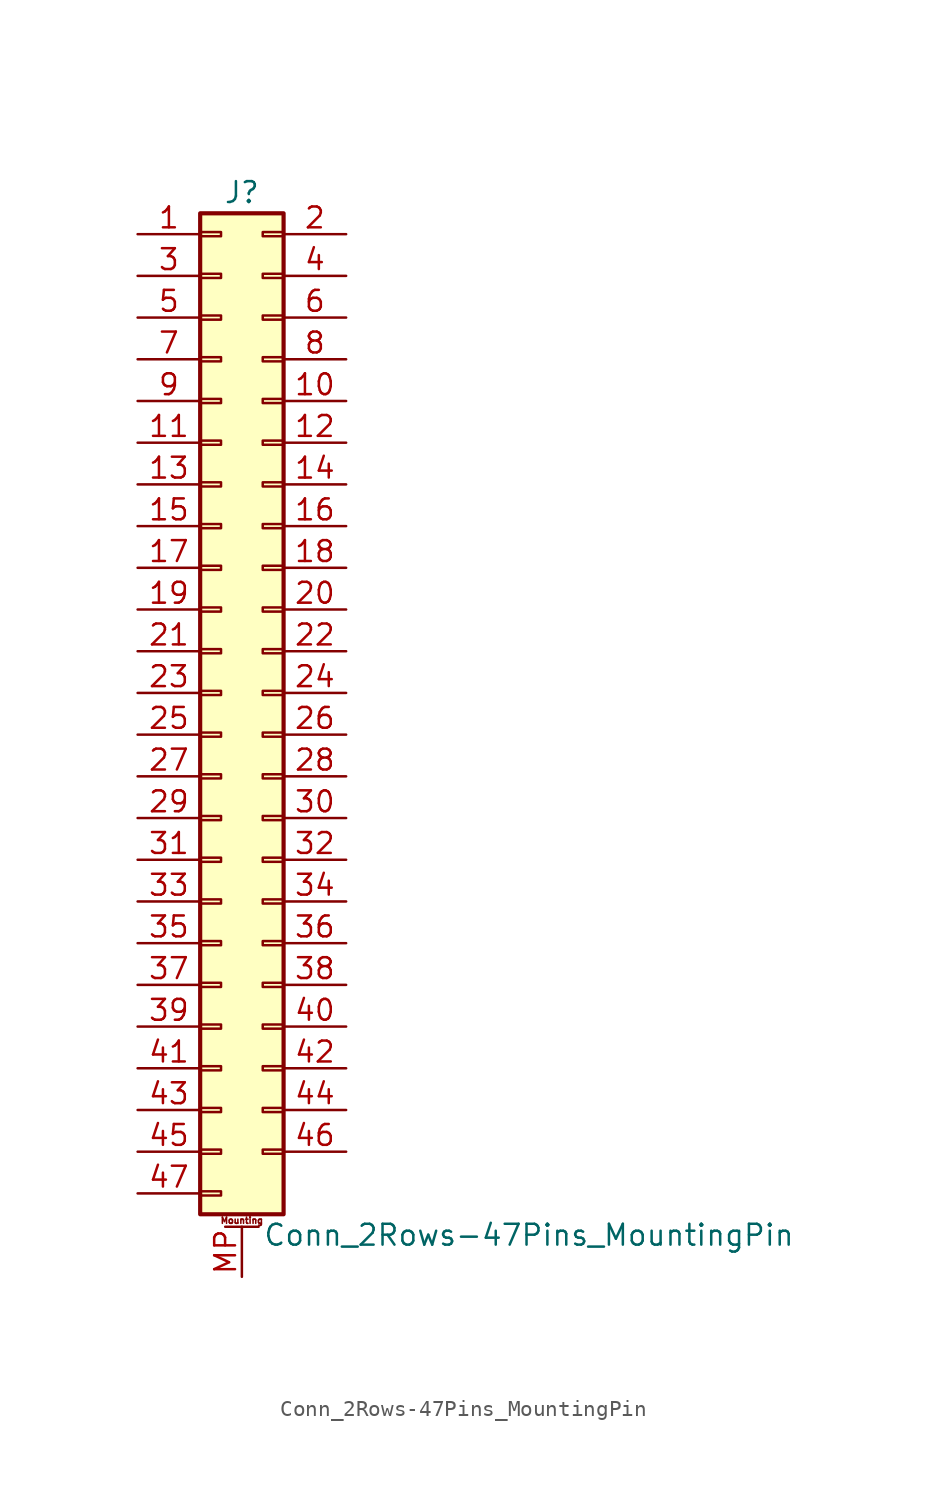
<source format=kicad_sym>
(kicad_symbol_lib
  (version 20201005)
  (generator kicad_symbol_editor)
  (symbol "Conn_2Rows-47Pins_MountingPin"
    (pin_names
      (offset 1.016) hide)
    (property "Reference" "J"
      (at 1.27 30.48 0)
      (effects (font (size 1.27 1.27))))
    (property "Value" "Conn_2Rows-47Pins_MountingPin"
      (at 2.54 -33.02 0)
      (effects (font (size 1.27 1.27)) (justify left)))
    (symbol "Conn_2Rows-47Pins_MountingPin_1_1"
      (text "Mounting" (at 1.27 -32.131 0) (effects (font (size 0.381 0.381))))
      (rectangle (start -1.27 -30.353) (end 0 -30.607) (stroke (width 0.152)) (fill (type none)))
      (rectangle (start -1.27 -27.813) (end 0 -28.067) (stroke (width 0.152)) (fill (type none)))
      (rectangle (start -1.27 -25.273) (end 0 -25.527) (stroke (width 0.152)) (fill (type none)))
      (rectangle (start -1.27 -22.733) (end 0 -22.987) (stroke (width 0.152)) (fill (type none)))
      (rectangle (start -1.27 -20.193) (end 0 -20.447) (stroke (width 0.152)) (fill (type none)))
      (rectangle (start -1.27 -17.653) (end 0 -17.907) (stroke (width 0.152)) (fill (type none)))
      (rectangle (start -1.27 -15.113) (end 0 -15.367) (stroke (width 0.152)) (fill (type none)))
      (rectangle (start -1.27 -12.573) (end 0 -12.827) (stroke (width 0.152)) (fill (type none)))
      (rectangle (start -1.27 -10.033) (end 0 -10.287) (stroke (width 0.152)) (fill (type none)))
      (rectangle (start -1.27 -7.493) (end 0 -7.747) (stroke (width 0.152)) (fill (type none)))
      (rectangle (start -1.27 -4.953) (end 0 -5.207) (stroke (width 0.152)) (fill (type none)))
      (rectangle (start -1.27 -2.413) (end 0 -2.667) (stroke (width 0.152)) (fill (type none)))
      (rectangle (start -1.27 0.127) (end 0 -0.127) (stroke (width 0.152)) (fill (type none)))
      (rectangle (start -1.27 2.667) (end 0 2.413) (stroke (width 0.152)) (fill (type none)))
      (rectangle (start -1.27 5.207) (end 0 4.953) (stroke (width 0.152)) (fill (type none)))
      (rectangle (start -1.27 7.747) (end 0 7.493) (stroke (width 0.152)) (fill (type none)))
      (rectangle (start -1.27 10.287) (end 0 10.033) (stroke (width 0.152)) (fill (type none)))
      (rectangle (start -1.27 12.827) (end 0 12.573) (stroke (width 0.152)) (fill (type none)))
      (rectangle (start -1.27 15.367) (end 0 15.113) (stroke (width 0.152)) (fill (type none)))
      (rectangle (start -1.27 17.907) (end 0 17.653) (stroke (width 0.152)) (fill (type none)))
      (rectangle (start -1.27 20.447) (end 0 20.193) (stroke (width 0.152)) (fill (type none)))
      (rectangle (start -1.27 22.987) (end 0 22.733) (stroke (width 0.152)) (fill (type none)))
      (rectangle (start -1.27 25.527) (end 0 25.273) (stroke (width 0.152)) (fill (type none)))
      (rectangle (start -1.27 28.067) (end 0 27.813) (stroke (width 0.152)) (fill (type none)))
      (rectangle (start -1.27 29.21) (end 3.81 -31.75) (stroke (width 0.254)) (fill (type background)))
      (rectangle (start 3.81 -27.813) (end 2.54 -28.067) (stroke (width 0.152)) (fill (type none)))
      (rectangle (start 3.81 -25.273) (end 2.54 -25.527) (stroke (width 0.152)) (fill (type none)))
      (rectangle (start 3.81 -22.733) (end 2.54 -22.987) (stroke (width 0.152)) (fill (type none)))
      (rectangle (start 3.81 -20.193) (end 2.54 -20.447) (stroke (width 0.152)) (fill (type none)))
      (rectangle (start 3.81 -17.653) (end 2.54 -17.907) (stroke (width 0.152)) (fill (type none)))
      (rectangle (start 3.81 -15.113) (end 2.54 -15.367) (stroke (width 0.152)) (fill (type none)))
      (rectangle (start 3.81 -12.573) (end 2.54 -12.827) (stroke (width 0.152)) (fill (type none)))
      (rectangle (start 3.81 -10.033) (end 2.54 -10.287) (stroke (width 0.152)) (fill (type none)))
      (rectangle (start 3.81 -7.493) (end 2.54 -7.747) (stroke (width 0.152)) (fill (type none)))
      (rectangle (start 3.81 -4.953) (end 2.54 -5.207) (stroke (width 0.152)) (fill (type none)))
      (rectangle (start 3.81 -2.413) (end 2.54 -2.667) (stroke (width 0.152)) (fill (type none)))
      (rectangle (start 3.81 0.127) (end 2.54 -0.127) (stroke (width 0.152)) (fill (type none)))
      (rectangle (start 3.81 2.667) (end 2.54 2.413) (stroke (width 0.152)) (fill (type none)))
      (rectangle (start 3.81 5.207) (end 2.54 4.953) (stroke (width 0.152)) (fill (type none)))
      (rectangle (start 3.81 7.747) (end 2.54 7.493) (stroke (width 0.152)) (fill (type none)))
      (rectangle (start 3.81 10.287) (end 2.54 10.033) (stroke (width 0.152)) (fill (type none)))
      (rectangle (start 3.81 12.827) (end 2.54 12.573) (stroke (width 0.152)) (fill (type none)))
      (rectangle (start 3.81 15.367) (end 2.54 15.113) (stroke (width 0.152)) (fill (type none)))
      (rectangle (start 3.81 17.907) (end 2.54 17.653) (stroke (width 0.152)) (fill (type none)))
      (rectangle (start 3.81 20.447) (end 2.54 20.193) (stroke (width 0.152)) (fill (type none)))
      (rectangle (start 3.81 22.987) (end 2.54 22.733) (stroke (width 0.152)) (fill (type none)))
      (rectangle (start 3.81 25.527) (end 2.54 25.273) (stroke (width 0.152)) (fill (type none)))
      (rectangle (start 3.81 28.067) (end 2.54 27.813) (stroke (width 0.152)) (fill (type none)))
      (polyline (pts (xy 0.254 -32.512) (xy 2.286 -32.512)) (stroke (width 0.152)) (fill (type none)))
      (pin passive line (at -5.08 27.94 0) (length 3.81) (name "Pin_1" (effects (font (size 1.27 1.27)))) (number "1" (effects (font (size 1.27 1.27)))))
      (pin passive line (at 7.62 17.78 180) (length 3.81) (name "Pin_10" (effects (font (size 1.27 1.27)))) (number "10" (effects (font (size 1.27 1.27)))))
      (pin passive line (at -5.08 15.24 0) (length 3.81) (name "Pin_11" (effects (font (size 1.27 1.27)))) (number "11" (effects (font (size 1.27 1.27)))))
      (pin passive line (at 7.62 15.24 180) (length 3.81) (name "Pin_12" (effects (font (size 1.27 1.27)))) (number "12" (effects (font (size 1.27 1.27)))))
      (pin passive line (at -5.08 12.7 0) (length 3.81) (name "Pin_13" (effects (font (size 1.27 1.27)))) (number "13" (effects (font (size 1.27 1.27)))))
      (pin passive line (at 7.62 12.7 180) (length 3.81) (name "Pin_14" (effects (font (size 1.27 1.27)))) (number "14" (effects (font (size 1.27 1.27)))))
      (pin passive line (at -5.08 10.16 0) (length 3.81) (name "Pin_15" (effects (font (size 1.27 1.27)))) (number "15" (effects (font (size 1.27 1.27)))))
      (pin passive line (at 7.62 10.16 180) (length 3.81) (name "Pin_16" (effects (font (size 1.27 1.27)))) (number "16" (effects (font (size 1.27 1.27)))))
      (pin passive line (at -5.08 7.62 0) (length 3.81) (name "Pin_17" (effects (font (size 1.27 1.27)))) (number "17" (effects (font (size 1.27 1.27)))))
      (pin passive line (at 7.62 7.62 180) (length 3.81) (name "Pin_18" (effects (font (size 1.27 1.27)))) (number "18" (effects (font (size 1.27 1.27)))))
      (pin passive line (at -5.08 5.08 0) (length 3.81) (name "Pin_19" (effects (font (size 1.27 1.27)))) (number "19" (effects (font (size 1.27 1.27)))))
      (pin passive line (at 7.62 27.94 180) (length 3.81) (name "Pin_2" (effects (font (size 1.27 1.27)))) (number "2" (effects (font (size 1.27 1.27)))))
      (pin passive line (at 7.62 5.08 180) (length 3.81) (name "Pin_20" (effects (font (size 1.27 1.27)))) (number "20" (effects (font (size 1.27 1.27)))))
      (pin passive line (at -5.08 2.54 0) (length 3.81) (name "Pin_21" (effects (font (size 1.27 1.27)))) (number "21" (effects (font (size 1.27 1.27)))))
      (pin passive line (at 7.62 2.54 180) (length 3.81) (name "Pin_22" (effects (font (size 1.27 1.27)))) (number "22" (effects (font (size 1.27 1.27)))))
      (pin passive line (at -5.08 0 0) (length 3.81) (name "Pin_23" (effects (font (size 1.27 1.27)))) (number "23" (effects (font (size 1.27 1.27)))))
      (pin passive line (at 7.62 0 180) (length 3.81) (name "Pin_24" (effects (font (size 1.27 1.27)))) (number "24" (effects (font (size 1.27 1.27)))))
      (pin passive line (at -5.08 -2.54 0) (length 3.81) (name "Pin_25" (effects (font (size 1.27 1.27)))) (number "25" (effects (font (size 1.27 1.27)))))
      (pin passive line (at 7.62 -2.54 180) (length 3.81) (name "Pin_26" (effects (font (size 1.27 1.27)))) (number "26" (effects (font (size 1.27 1.27)))))
      (pin passive line (at -5.08 -5.08 0) (length 3.81) (name "Pin_27" (effects (font (size 1.27 1.27)))) (number "27" (effects (font (size 1.27 1.27)))))
      (pin passive line (at 7.62 -5.08 180) (length 3.81) (name "Pin_28" (effects (font (size 1.27 1.27)))) (number "28" (effects (font (size 1.27 1.27)))))
      (pin passive line (at -5.08 -7.62 0) (length 3.81) (name "Pin_29" (effects (font (size 1.27 1.27)))) (number "29" (effects (font (size 1.27 1.27)))))
      (pin passive line (at -5.08 25.4 0) (length 3.81) (name "Pin_3" (effects (font (size 1.27 1.27)))) (number "3" (effects (font (size 1.27 1.27)))))
      (pin passive line (at 7.62 -7.62 180) (length 3.81) (name "Pin_30" (effects (font (size 1.27 1.27)))) (number "30" (effects (font (size 1.27 1.27)))))
      (pin passive line (at -5.08 -10.16 0) (length 3.81) (name "Pin_31" (effects (font (size 1.27 1.27)))) (number "31" (effects (font (size 1.27 1.27)))))
      (pin passive line (at 7.62 -10.16 180) (length 3.81) (name "Pin_32" (effects (font (size 1.27 1.27)))) (number "32" (effects (font (size 1.27 1.27)))))
      (pin passive line (at -5.08 -12.7 0) (length 3.81) (name "Pin_33" (effects (font (size 1.27 1.27)))) (number "33" (effects (font (size 1.27 1.27)))))
      (pin passive line (at 7.62 -12.7 180) (length 3.81) (name "Pin_34" (effects (font (size 1.27 1.27)))) (number "34" (effects (font (size 1.27 1.27)))))
      (pin passive line (at -5.08 -15.24 0) (length 3.81) (name "Pin_35" (effects (font (size 1.27 1.27)))) (number "35" (effects (font (size 1.27 1.27)))))
      (pin passive line (at 7.62 -15.24 180) (length 3.81) (name "Pin_36" (effects (font (size 1.27 1.27)))) (number "36" (effects (font (size 1.27 1.27)))))
      (pin passive line (at -5.08 -17.78 0) (length 3.81) (name "Pin_37" (effects (font (size 1.27 1.27)))) (number "37" (effects (font (size 1.27 1.27)))))
      (pin passive line (at 7.62 -17.78 180) (length 3.81) (name "Pin_38" (effects (font (size 1.27 1.27)))) (number "38" (effects (font (size 1.27 1.27)))))
      (pin passive line (at -5.08 -20.32 0) (length 3.81) (name "Pin_39" (effects (font (size 1.27 1.27)))) (number "39" (effects (font (size 1.27 1.27)))))
      (pin passive line (at 7.62 25.4 180) (length 3.81) (name "Pin_4" (effects (font (size 1.27 1.27)))) (number "4" (effects (font (size 1.27 1.27)))))
      (pin passive line (at 7.62 -20.32 180) (length 3.81) (name "Pin_40" (effects (font (size 1.27 1.27)))) (number "40" (effects (font (size 1.27 1.27)))))
      (pin passive line (at -5.08 -22.86 0) (length 3.81) (name "Pin_41" (effects (font (size 1.27 1.27)))) (number "41" (effects (font (size 1.27 1.27)))))
      (pin passive line (at 7.62 -22.86 180) (length 3.81) (name "Pin_42" (effects (font (size 1.27 1.27)))) (number "42" (effects (font (size 1.27 1.27)))))
      (pin passive line (at -5.08 -25.4 0) (length 3.81) (name "Pin_43" (effects (font (size 1.27 1.27)))) (number "43" (effects (font (size 1.27 1.27)))))
      (pin passive line (at 7.62 -25.4 180) (length 3.81) (name "Pin_44" (effects (font (size 1.27 1.27)))) (number "44" (effects (font (size 1.27 1.27)))))
      (pin passive line (at -5.08 -27.94 0) (length 3.81) (name "Pin_45" (effects (font (size 1.27 1.27)))) (number "45" (effects (font (size 1.27 1.27)))))
      (pin passive line (at 7.62 -27.94 180) (length 3.81) (name "Pin_46" (effects (font (size 1.27 1.27)))) (number "46" (effects (font (size 1.27 1.27)))))
      (pin passive line (at -5.08 -30.48 0) (length 3.81) (name "Pin_47" (effects (font (size 1.27 1.27)))) (number "47" (effects (font (size 1.27 1.27)))))
      (pin passive line (at -5.08 22.86 0) (length 3.81) (name "Pin_5" (effects (font (size 1.27 1.27)))) (number "5" (effects (font (size 1.27 1.27)))))
      (pin passive line (at 7.62 22.86 180) (length 3.81) (name "Pin_6" (effects (font (size 1.27 1.27)))) (number "6" (effects (font (size 1.27 1.27)))))
      (pin passive line (at -5.08 20.32 0) (length 3.81) (name "Pin_7" (effects (font (size 1.27 1.27)))) (number "7" (effects (font (size 1.27 1.27)))))
      (pin passive line (at 7.62 20.32 180) (length 3.81) (name "Pin_8" (effects (font (size 1.27 1.27)))) (number "8" (effects (font (size 1.27 1.27)))))
      (pin passive line (at -5.08 17.78 0) (length 3.81) (name "Pin_9" (effects (font (size 1.27 1.27)))) (number "9" (effects (font (size 1.27 1.27)))))
      (pin passive line (at 1.27 -35.56 90) (length 3.048) (name "MountPin" (effects (font (size 1.27 1.27)))) (number "MP" (effects (font (size 1.27 1.27))))))))
</source>
